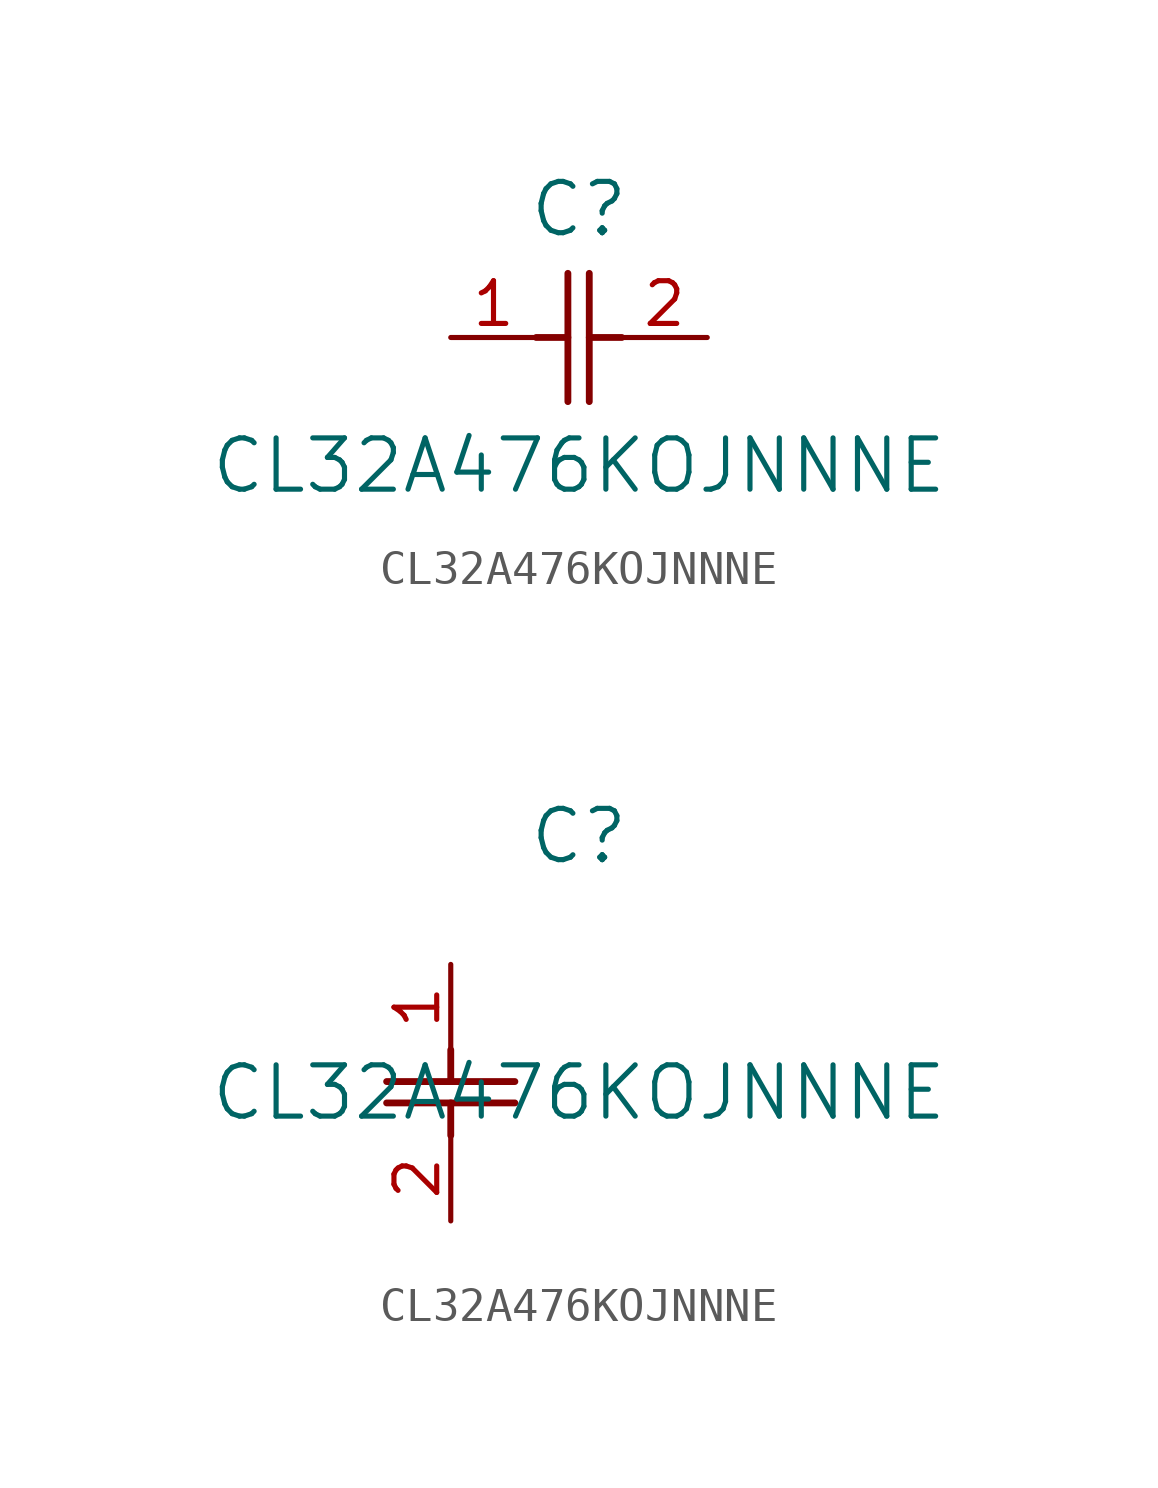
<source format=kicad_sym>
(kicad_symbol_lib
  (version 20211014)
  (generator kicad_symbol_editor)
  (symbol "CL32A476KOJNNNE"
    (pin_names
      (offset 0.254))
    (property "Reference" "C"
      (at 3.81 3.81 0)
      (effects (font (size 1.524 1.524))))
    (property "Value" "CL32A476KOJNNNE"
      (at 3.81 -3.81 0)
      (effects (font (size 1.524 1.524))))
    (symbol "CL32A476KOJNNNE_1_1"
      (polyline (pts (xy 3.48 -1.905) (xy 3.48 1.905)) (stroke (width 0.203) (type default) (color 0 0 0 0)) (fill (type none)))
      (polyline (pts (xy 4.115 -1.905) (xy 4.115 1.905)) (stroke (width 0.203) (type default) (color 0 0 0 0)) (fill (type none)))
      (polyline (pts (xy 4.115 0) (xy 5.08 0)) (stroke (width 0.203) (type default) (color 0 0 0 0)) (fill (type none)))
      (polyline (pts (xy 2.54 0) (xy 3.48 0)) (stroke (width 0.203) (type default) (color 0 0 0 0)) (fill (type none)))
      (pin unspecified line (at 0 0 0) (length 2.54) (name "" (effects (font (size 1.27 1.27)))) (number "1" (effects (font (size 1.27 1.27)))))
      (pin unspecified line (at 7.62 0 180) (length 2.54) (name "" (effects (font (size 1.27 1.27)))) (number "2" (effects (font (size 1.27 1.27))))))
    (symbol "CL32A476KOJNNNE_1_2"
      (polyline (pts (xy -1.905 -3.48) (xy 1.905 -3.48)) (stroke (width 0.203) (type default) (color 0 0 0 0)) (fill (type none)))
      (polyline (pts (xy -1.905 -4.115) (xy 1.905 -4.115)) (stroke (width 0.203) (type default) (color 0 0 0 0)) (fill (type none)))
      (polyline (pts (xy 0 -4.115) (xy 0 -5.08)) (stroke (width 0.203) (type default) (color 0 0 0 0)) (fill (type none)))
      (polyline (pts (xy 0 -2.54) (xy 0 -3.48)) (stroke (width 0.203) (type default) (color 0 0 0 0)) (fill (type none)))
      (pin unspecified line (at 0 0 270) (length 2.54) (name "" (effects (font (size 1.27 1.27)))) (number "1" (effects (font (size 1.27 1.27)))))
      (pin unspecified line (at 0 -7.62 90) (length 2.54) (name "" (effects (font (size 1.27 1.27)))) (number "2" (effects (font (size 1.27 1.27))))))))
</source>
